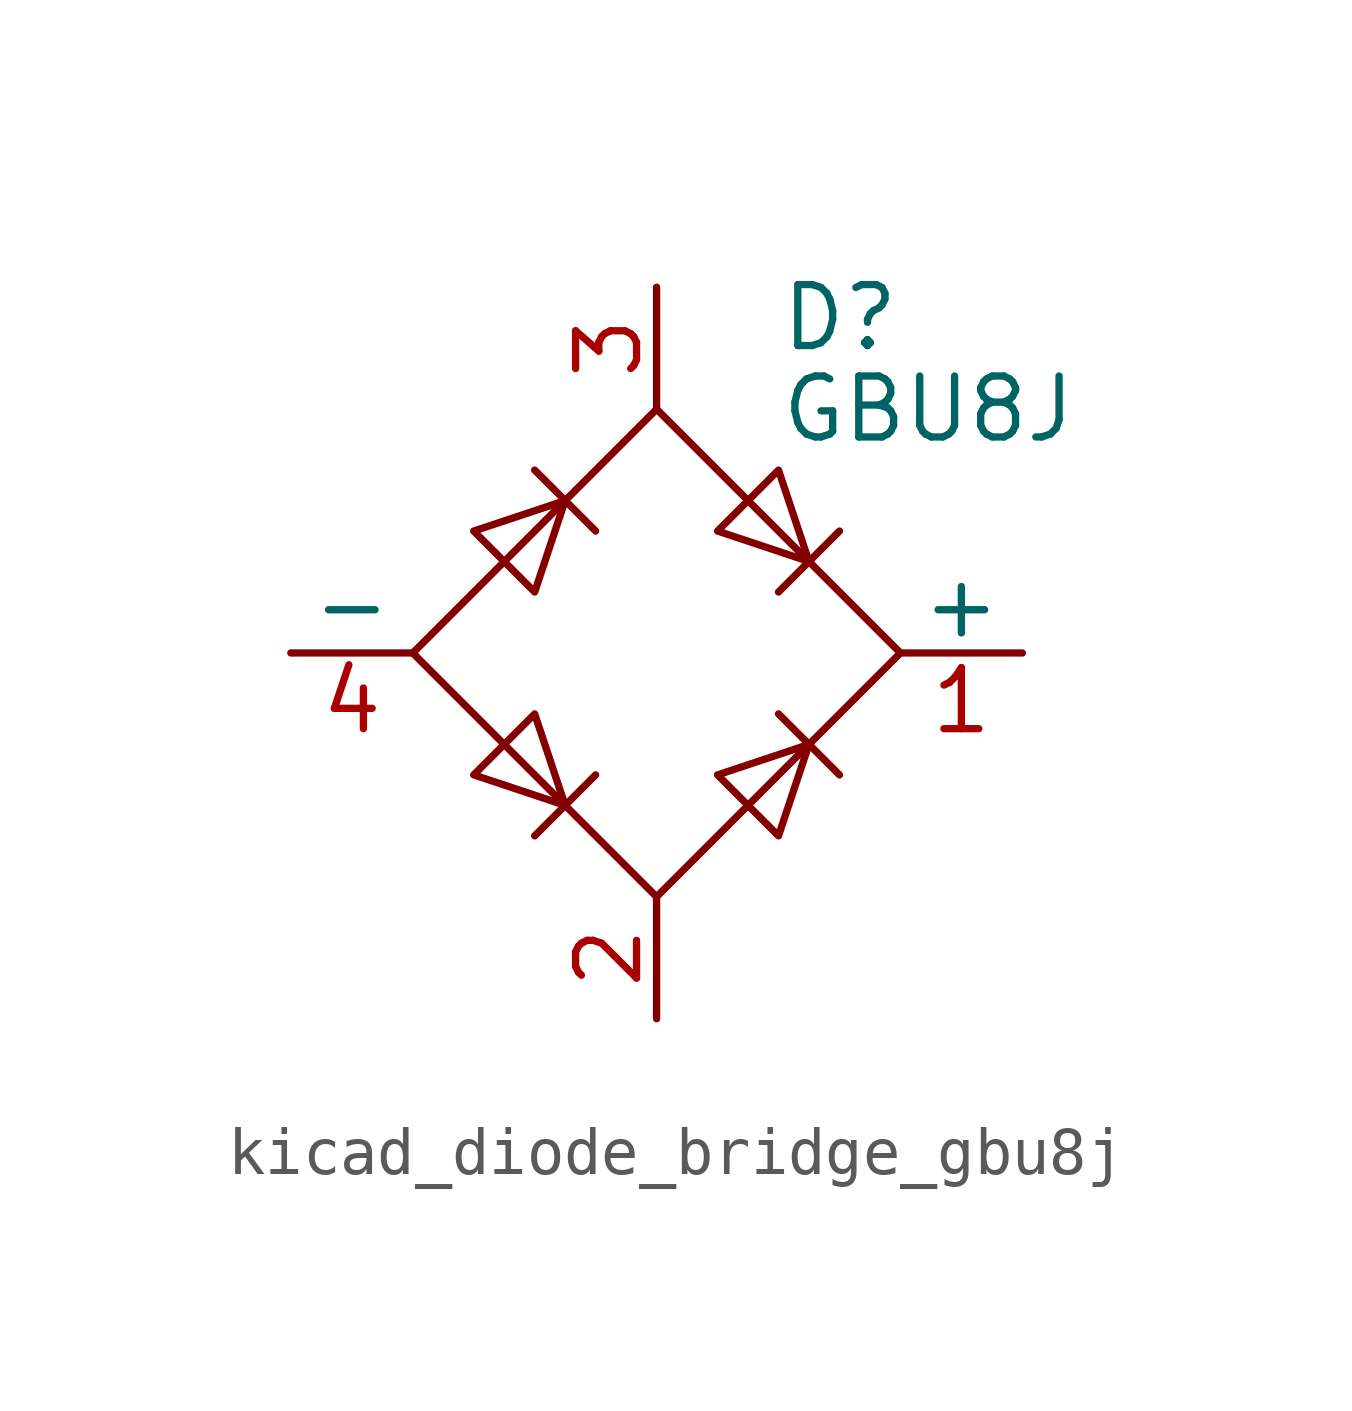
<source format=kicad_sym>
(kicad_symbol_lib
  (version 20220914)
  (generator kicad_symbol_editor)
  (symbol "kicad_diode_bridge_gbu8j"
    (pin_names
      (offset 0))
    (property "Reference" "D"
      (at 2.54 6.985 0)
      (effects (font (size 1.27 1.27)) (justify left)))
    (property "Value" "GBU8J"
      (at 2.54 5.08 0)
      (effects (font (size 1.27 1.27)) (justify left)))
    (symbol "kicad_diode_bridge_gbu8j_0_1"
      (polyline (pts (xy -2.54 3.81) (xy -1.27 2.54)) (stroke (width 0) (type default)) (fill (type none)))
      (polyline (pts (xy -1.27 -2.54) (xy -2.54 -3.81)) (stroke (width 0) (type default)) (fill (type none)))
      (polyline (pts (xy 2.54 -1.27) (xy 3.81 -2.54)) (stroke (width 0) (type default)) (fill (type none)))
      (polyline (pts (xy 2.54 1.27) (xy 3.81 2.54)) (stroke (width 0) (type default)) (fill (type none)))
      (polyline (pts (xy -3.81 2.54) (xy -2.54 1.27) (xy -1.905 3.175) (xy -3.81 2.54)) (stroke (width 0) (type default)) (fill (type none)))
      (polyline (pts (xy -2.54 -1.27) (xy -3.81 -2.54) (xy -1.905 -3.175) (xy -2.54 -1.27)) (stroke (width 0) (type default)) (fill (type none)))
      (polyline (pts (xy 1.27 2.54) (xy 2.54 3.81) (xy 3.175 1.905) (xy 1.27 2.54)) (stroke (width 0) (type default)) (fill (type none)))
      (polyline (pts (xy 3.175 -1.905) (xy 1.27 -2.54) (xy 2.54 -3.81) (xy 3.175 -1.905)) (stroke (width 0) (type default)) (fill (type none)))
      (polyline (pts (xy -5.08 0) (xy 0 -5.08) (xy 5.08 0) (xy 0 5.08) (xy -5.08 0)) (stroke (width 0) (type default)) (fill (type none))))
    (symbol "kicad_diode_bridge_gbu8j_1_1"
      (pin passive line (at 7.62 0 180) (length 2.54) (name "+" (effects (font (size 1.27 1.27)))) (number "1" (effects (font (size 1.27 1.27)))))
      (pin passive line (at 0 -7.62 90) (length 2.54) (name "~" (effects (font (size 1.27 1.27)))) (number "2" (effects (font (size 1.27 1.27)))))
      (pin passive line (at 0 7.62 270) (length 2.54) (name "~" (effects (font (size 1.27 1.27)))) (number "3" (effects (font (size 1.27 1.27)))))
      (pin passive line (at -7.62 0 0) (length 2.54) (name "-" (effects (font (size 1.27 1.27)))) (number "4" (effects (font (size 1.27 1.27))))))))
</source>
